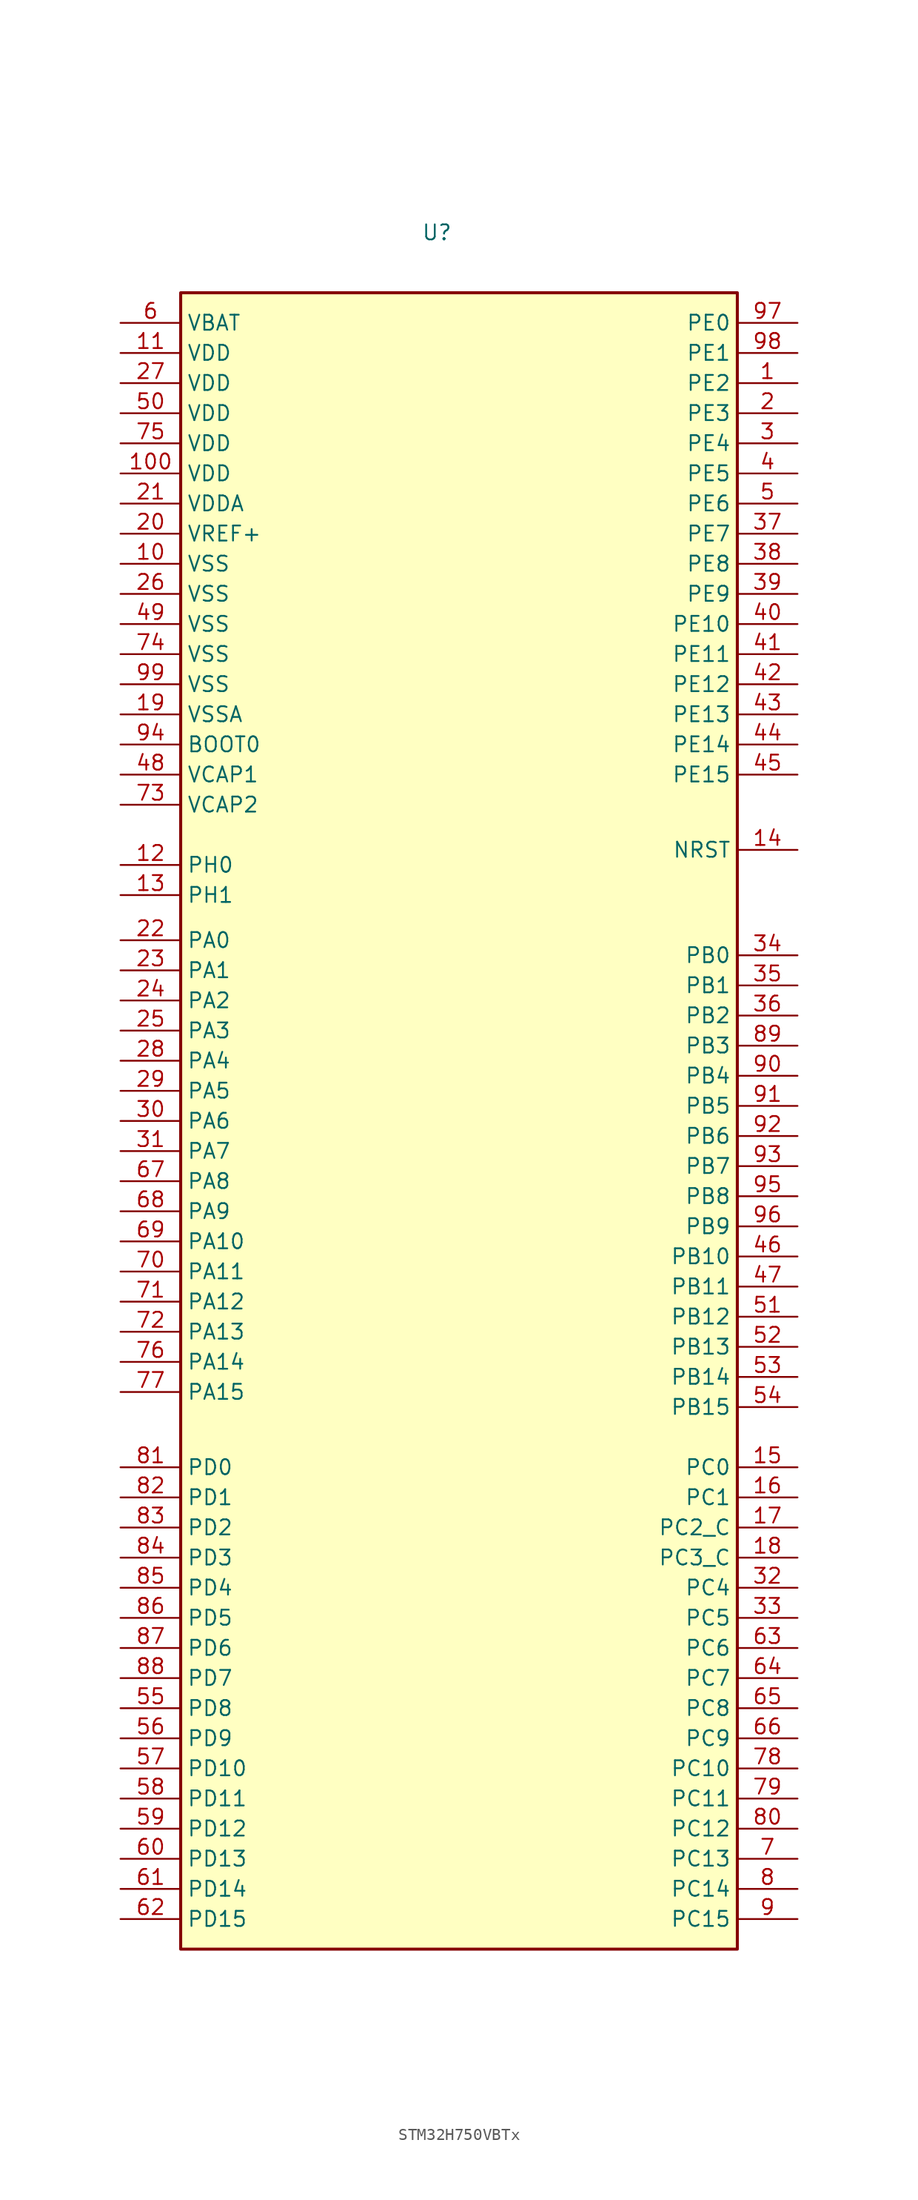
<source format=kicad_sym>
(kicad_symbol_lib
  (version 20211014)
  (generator kicad_symbol_editor)
  (symbol "STM32H750VBTx"
    (property "Reference" "U"
      (at -3.81 78.74 0)
      (effects (font (size 1.27 1.27)) (justify left)))
    (symbol "STM32H750VBTx_0_1"
      (rectangle (start -24.13 -66.04) (end 22.86 73.66) (stroke (width 0.254) (type default) (color 0 0 0 0)) (fill (type background))))
    (symbol "STM32H750VBTx_1_1"
      (pin bidirectional line (at 27.94 66.04 180) (length 5.08) (name "PE2" (effects (font (size 1.27 1.27)))) (number "1" (effects (font (size 1.27 1.27)))))
      (pin power_in line (at -29.21 50.8 0) (length 5.08) (name "VSS" (effects (font (size 1.27 1.27)))) (number "10" (effects (font (size 1.27 1.27)))))
      (pin power_in line (at -29.21 58.42 0) (length 5.08) (name "VDD" (effects (font (size 1.27 1.27)))) (number "100" (effects (font (size 1.27 1.27)))))
      (pin power_in line (at -29.21 68.58 0) (length 5.08) (name "VDD" (effects (font (size 1.27 1.27)))) (number "11" (effects (font (size 1.27 1.27)))))
      (pin input line (at -29.21 25.4 0) (length 5.08) (name "PH0" (effects (font (size 1.27 1.27)))) (number "12" (effects (font (size 1.27 1.27)))))
      (pin input line (at -29.21 22.86 0) (length 5.08) (name "PH1" (effects (font (size 1.27 1.27)))) (number "13" (effects (font (size 1.27 1.27)))))
      (pin input line (at 27.94 26.67 180) (length 5.08) (name "NRST" (effects (font (size 1.27 1.27)))) (number "14" (effects (font (size 1.27 1.27)))))
      (pin bidirectional line (at 27.94 -25.4 180) (length 5.08) (name "PC0" (effects (font (size 1.27 1.27)))) (number "15" (effects (font (size 1.27 1.27)))))
      (pin bidirectional line (at 27.94 -27.94 180) (length 5.08) (name "PC1" (effects (font (size 1.27 1.27)))) (number "16" (effects (font (size 1.27 1.27)))))
      (pin bidirectional line (at 27.94 -30.48 180) (length 5.08) (name "PC2_C" (effects (font (size 1.27 1.27)))) (number "17" (effects (font (size 1.27 1.27)))))
      (pin bidirectional line (at 27.94 -33.02 180) (length 5.08) (name "PC3_C" (effects (font (size 1.27 1.27)))) (number "18" (effects (font (size 1.27 1.27)))))
      (pin power_in line (at -29.21 38.1 0) (length 5.08) (name "VSSA" (effects (font (size 1.27 1.27)))) (number "19" (effects (font (size 1.27 1.27)))))
      (pin bidirectional line (at 27.94 63.5 180) (length 5.08) (name "PE3" (effects (font (size 1.27 1.27)))) (number "2" (effects (font (size 1.27 1.27)))))
      (pin power_in line (at -29.21 53.34 0) (length 5.08) (name "VREF+" (effects (font (size 1.27 1.27)))) (number "20" (effects (font (size 1.27 1.27)))))
      (pin power_in line (at -29.21 55.88 0) (length 5.08) (name "VDDA" (effects (font (size 1.27 1.27)))) (number "21" (effects (font (size 1.27 1.27)))))
      (pin bidirectional line (at -29.21 19.05 0) (length 5.08) (name "PA0" (effects (font (size 1.27 1.27)))) (number "22" (effects (font (size 1.27 1.27)))))
      (pin bidirectional line (at -29.21 16.51 0) (length 5.08) (name "PA1" (effects (font (size 1.27 1.27)))) (number "23" (effects (font (size 1.27 1.27)))))
      (pin bidirectional line (at -29.21 13.97 0) (length 5.08) (name "PA2" (effects (font (size 1.27 1.27)))) (number "24" (effects (font (size 1.27 1.27)))))
      (pin bidirectional line (at -29.21 11.43 0) (length 5.08) (name "PA3" (effects (font (size 1.27 1.27)))) (number "25" (effects (font (size 1.27 1.27)))))
      (pin power_in line (at -29.21 48.26 0) (length 5.08) (name "VSS" (effects (font (size 1.27 1.27)))) (number "26" (effects (font (size 1.27 1.27)))))
      (pin power_in line (at -29.21 66.04 0) (length 5.08) (name "VDD" (effects (font (size 1.27 1.27)))) (number "27" (effects (font (size 1.27 1.27)))))
      (pin bidirectional line (at -29.21 8.89 0) (length 5.08) (name "PA4" (effects (font (size 1.27 1.27)))) (number "28" (effects (font (size 1.27 1.27)))))
      (pin bidirectional line (at -29.21 6.35 0) (length 5.08) (name "PA5" (effects (font (size 1.27 1.27)))) (number "29" (effects (font (size 1.27 1.27)))))
      (pin bidirectional line (at 27.94 60.96 180) (length 5.08) (name "PE4" (effects (font (size 1.27 1.27)))) (number "3" (effects (font (size 1.27 1.27)))))
      (pin bidirectional line (at -29.21 3.81 0) (length 5.08) (name "PA6" (effects (font (size 1.27 1.27)))) (number "30" (effects (font (size 1.27 1.27)))))
      (pin bidirectional line (at -29.21 1.27 0) (length 5.08) (name "PA7" (effects (font (size 1.27 1.27)))) (number "31" (effects (font (size 1.27 1.27)))))
      (pin bidirectional line (at 27.94 -35.56 180) (length 5.08) (name "PC4" (effects (font (size 1.27 1.27)))) (number "32" (effects (font (size 1.27 1.27)))))
      (pin bidirectional line (at 27.94 -38.1 180) (length 5.08) (name "PC5" (effects (font (size 1.27 1.27)))) (number "33" (effects (font (size 1.27 1.27)))))
      (pin bidirectional line (at 27.94 17.78 180) (length 5.08) (name "PB0" (effects (font (size 1.27 1.27)))) (number "34" (effects (font (size 1.27 1.27)))))
      (pin bidirectional line (at 27.94 15.24 180) (length 5.08) (name "PB1" (effects (font (size 1.27 1.27)))) (number "35" (effects (font (size 1.27 1.27)))))
      (pin bidirectional line (at 27.94 12.7 180) (length 5.08) (name "PB2" (effects (font (size 1.27 1.27)))) (number "36" (effects (font (size 1.27 1.27)))))
      (pin bidirectional line (at 27.94 53.34 180) (length 5.08) (name "PE7" (effects (font (size 1.27 1.27)))) (number "37" (effects (font (size 1.27 1.27)))))
      (pin bidirectional line (at 27.94 50.8 180) (length 5.08) (name "PE8" (effects (font (size 1.27 1.27)))) (number "38" (effects (font (size 1.27 1.27)))))
      (pin bidirectional line (at 27.94 48.26 180) (length 5.08) (name "PE9" (effects (font (size 1.27 1.27)))) (number "39" (effects (font (size 1.27 1.27)))))
      (pin bidirectional line (at 27.94 58.42 180) (length 5.08) (name "PE5" (effects (font (size 1.27 1.27)))) (number "4" (effects (font (size 1.27 1.27)))))
      (pin bidirectional line (at 27.94 45.72 180) (length 5.08) (name "PE10" (effects (font (size 1.27 1.27)))) (number "40" (effects (font (size 1.27 1.27)))))
      (pin bidirectional line (at 27.94 43.18 180) (length 5.08) (name "PE11" (effects (font (size 1.27 1.27)))) (number "41" (effects (font (size 1.27 1.27)))))
      (pin bidirectional line (at 27.94 40.64 180) (length 5.08) (name "PE12" (effects (font (size 1.27 1.27)))) (number "42" (effects (font (size 1.27 1.27)))))
      (pin bidirectional line (at 27.94 38.1 180) (length 5.08) (name "PE13" (effects (font (size 1.27 1.27)))) (number "43" (effects (font (size 1.27 1.27)))))
      (pin bidirectional line (at 27.94 35.56 180) (length 5.08) (name "PE14" (effects (font (size 1.27 1.27)))) (number "44" (effects (font (size 1.27 1.27)))))
      (pin bidirectional line (at 27.94 33.02 180) (length 5.08) (name "PE15" (effects (font (size 1.27 1.27)))) (number "45" (effects (font (size 1.27 1.27)))))
      (pin bidirectional line (at 27.94 -7.62 180) (length 5.08) (name "PB10" (effects (font (size 1.27 1.27)))) (number "46" (effects (font (size 1.27 1.27)))))
      (pin bidirectional line (at 27.94 -10.16 180) (length 5.08) (name "PB11" (effects (font (size 1.27 1.27)))) (number "47" (effects (font (size 1.27 1.27)))))
      (pin passive line (at -29.21 33.02 0) (length 5.08) (name "VCAP1" (effects (font (size 1.27 1.27)))) (number "48" (effects (font (size 1.27 1.27)))))
      (pin power_in line (at -29.21 45.72 0) (length 5.08) (name "VSS" (effects (font (size 1.27 1.27)))) (number "49" (effects (font (size 1.27 1.27)))))
      (pin bidirectional line (at 27.94 55.88 180) (length 5.08) (name "PE6" (effects (font (size 1.27 1.27)))) (number "5" (effects (font (size 1.27 1.27)))))
      (pin power_in line (at -29.21 63.5 0) (length 5.08) (name "VDD" (effects (font (size 1.27 1.27)))) (number "50" (effects (font (size 1.27 1.27)))))
      (pin bidirectional line (at 27.94 -12.7 180) (length 5.08) (name "PB12" (effects (font (size 1.27 1.27)))) (number "51" (effects (font (size 1.27 1.27)))))
      (pin bidirectional line (at 27.94 -15.24 180) (length 5.08) (name "PB13" (effects (font (size 1.27 1.27)))) (number "52" (effects (font (size 1.27 1.27)))))
      (pin bidirectional line (at 27.94 -17.78 180) (length 5.08) (name "PB14" (effects (font (size 1.27 1.27)))) (number "53" (effects (font (size 1.27 1.27)))))
      (pin bidirectional line (at 27.94 -20.32 180) (length 5.08) (name "PB15" (effects (font (size 1.27 1.27)))) (number "54" (effects (font (size 1.27 1.27)))))
      (pin bidirectional line (at -29.21 -45.72 0) (length 5.08) (name "PD8" (effects (font (size 1.27 1.27)))) (number "55" (effects (font (size 1.27 1.27)))))
      (pin bidirectional line (at -29.21 -48.26 0) (length 5.08) (name "PD9" (effects (font (size 1.27 1.27)))) (number "56" (effects (font (size 1.27 1.27)))))
      (pin bidirectional line (at -29.21 -50.8 0) (length 5.08) (name "PD10" (effects (font (size 1.27 1.27)))) (number "57" (effects (font (size 1.27 1.27)))))
      (pin bidirectional line (at -29.21 -53.34 0) (length 5.08) (name "PD11" (effects (font (size 1.27 1.27)))) (number "58" (effects (font (size 1.27 1.27)))))
      (pin bidirectional line (at -29.21 -55.88 0) (length 5.08) (name "PD12" (effects (font (size 1.27 1.27)))) (number "59" (effects (font (size 1.27 1.27)))))
      (pin power_in line (at -29.21 71.12 0) (length 5.08) (name "VBAT" (effects (font (size 1.27 1.27)))) (number "6" (effects (font (size 1.27 1.27)))))
      (pin bidirectional line (at -29.21 -58.42 0) (length 5.08) (name "PD13" (effects (font (size 1.27 1.27)))) (number "60" (effects (font (size 1.27 1.27)))))
      (pin bidirectional line (at -29.21 -60.96 0) (length 5.08) (name "PD14" (effects (font (size 1.27 1.27)))) (number "61" (effects (font (size 1.27 1.27)))))
      (pin bidirectional line (at -29.21 -63.5 0) (length 5.08) (name "PD15" (effects (font (size 1.27 1.27)))) (number "62" (effects (font (size 1.27 1.27)))))
      (pin bidirectional line (at 27.94 -40.64 180) (length 5.08) (name "PC6" (effects (font (size 1.27 1.27)))) (number "63" (effects (font (size 1.27 1.27)))))
      (pin bidirectional line (at 27.94 -43.18 180) (length 5.08) (name "PC7" (effects (font (size 1.27 1.27)))) (number "64" (effects (font (size 1.27 1.27)))))
      (pin bidirectional line (at 27.94 -45.72 180) (length 5.08) (name "PC8" (effects (font (size 1.27 1.27)))) (number "65" (effects (font (size 1.27 1.27)))))
      (pin bidirectional line (at 27.94 -48.26 180) (length 5.08) (name "PC9" (effects (font (size 1.27 1.27)))) (number "66" (effects (font (size 1.27 1.27)))))
      (pin bidirectional line (at -29.21 -1.27 0) (length 5.08) (name "PA8" (effects (font (size 1.27 1.27)))) (number "67" (effects (font (size 1.27 1.27)))))
      (pin bidirectional line (at -29.21 -3.81 0) (length 5.08) (name "PA9" (effects (font (size 1.27 1.27)))) (number "68" (effects (font (size 1.27 1.27)))))
      (pin bidirectional line (at -29.21 -6.35 0) (length 5.08) (name "PA10" (effects (font (size 1.27 1.27)))) (number "69" (effects (font (size 1.27 1.27)))))
      (pin bidirectional line (at 27.94 -58.42 180) (length 5.08) (name "PC13" (effects (font (size 1.27 1.27)))) (number "7" (effects (font (size 1.27 1.27)))))
      (pin bidirectional line (at -29.21 -8.89 0) (length 5.08) (name "PA11" (effects (font (size 1.27 1.27)))) (number "70" (effects (font (size 1.27 1.27)))))
      (pin bidirectional line (at -29.21 -11.43 0) (length 5.08) (name "PA12" (effects (font (size 1.27 1.27)))) (number "71" (effects (font (size 1.27 1.27)))))
      (pin bidirectional line (at -29.21 -13.97 0) (length 5.08) (name "PA13" (effects (font (size 1.27 1.27)))) (number "72" (effects (font (size 1.27 1.27)))))
      (pin passive line (at -29.21 30.48 0) (length 5.08) (name "VCAP2" (effects (font (size 1.27 1.27)))) (number "73" (effects (font (size 1.27 1.27)))))
      (pin power_in line (at -29.21 43.18 0) (length 5.08) (name "VSS" (effects (font (size 1.27 1.27)))) (number "74" (effects (font (size 1.27 1.27)))))
      (pin power_in line (at -29.21 60.96 0) (length 5.08) (name "VDD" (effects (font (size 1.27 1.27)))) (number "75" (effects (font (size 1.27 1.27)))))
      (pin bidirectional line (at -29.21 -16.51 0) (length 5.08) (name "PA14" (effects (font (size 1.27 1.27)))) (number "76" (effects (font (size 1.27 1.27)))))
      (pin bidirectional line (at -29.21 -19.05 0) (length 5.08) (name "PA15" (effects (font (size 1.27 1.27)))) (number "77" (effects (font (size 1.27 1.27)))))
      (pin bidirectional line (at 27.94 -50.8 180) (length 5.08) (name "PC10" (effects (font (size 1.27 1.27)))) (number "78" (effects (font (size 1.27 1.27)))))
      (pin bidirectional line (at 27.94 -53.34 180) (length 5.08) (name "PC11" (effects (font (size 1.27 1.27)))) (number "79" (effects (font (size 1.27 1.27)))))
      (pin bidirectional line (at 27.94 -60.96 180) (length 5.08) (name "PC14" (effects (font (size 1.27 1.27)))) (number "8" (effects (font (size 1.27 1.27)))))
      (pin bidirectional line (at 27.94 -55.88 180) (length 5.08) (name "PC12" (effects (font (size 1.27 1.27)))) (number "80" (effects (font (size 1.27 1.27)))))
      (pin bidirectional line (at -29.21 -25.4 0) (length 5.08) (name "PD0" (effects (font (size 1.27 1.27)))) (number "81" (effects (font (size 1.27 1.27)))))
      (pin bidirectional line (at -29.21 -27.94 0) (length 5.08) (name "PD1" (effects (font (size 1.27 1.27)))) (number "82" (effects (font (size 1.27 1.27)))))
      (pin bidirectional line (at -29.21 -30.48 0) (length 5.08) (name "PD2" (effects (font (size 1.27 1.27)))) (number "83" (effects (font (size 1.27 1.27)))))
      (pin bidirectional line (at -29.21 -33.02 0) (length 5.08) (name "PD3" (effects (font (size 1.27 1.27)))) (number "84" (effects (font (size 1.27 1.27)))))
      (pin bidirectional line (at -29.21 -35.56 0) (length 5.08) (name "PD4" (effects (font (size 1.27 1.27)))) (number "85" (effects (font (size 1.27 1.27)))))
      (pin bidirectional line (at -29.21 -38.1 0) (length 5.08) (name "PD5" (effects (font (size 1.27 1.27)))) (number "86" (effects (font (size 1.27 1.27)))))
      (pin bidirectional line (at -29.21 -40.64 0) (length 5.08) (name "PD6" (effects (font (size 1.27 1.27)))) (number "87" (effects (font (size 1.27 1.27)))))
      (pin bidirectional line (at -29.21 -43.18 0) (length 5.08) (name "PD7" (effects (font (size 1.27 1.27)))) (number "88" (effects (font (size 1.27 1.27)))))
      (pin bidirectional line (at 27.94 10.16 180) (length 5.08) (name "PB3" (effects (font (size 1.27 1.27)))) (number "89" (effects (font (size 1.27 1.27)))))
      (pin bidirectional line (at 27.94 -63.5 180) (length 5.08) (name "PC15" (effects (font (size 1.27 1.27)))) (number "9" (effects (font (size 1.27 1.27)))))
      (pin bidirectional line (at 27.94 7.62 180) (length 5.08) (name "PB4" (effects (font (size 1.27 1.27)))) (number "90" (effects (font (size 1.27 1.27)))))
      (pin bidirectional line (at 27.94 5.08 180) (length 5.08) (name "PB5" (effects (font (size 1.27 1.27)))) (number "91" (effects (font (size 1.27 1.27)))))
      (pin bidirectional line (at 27.94 2.54 180) (length 5.08) (name "PB6" (effects (font (size 1.27 1.27)))) (number "92" (effects (font (size 1.27 1.27)))))
      (pin bidirectional line (at 27.94 0 180) (length 5.08) (name "PB7" (effects (font (size 1.27 1.27)))) (number "93" (effects (font (size 1.27 1.27)))))
      (pin input line (at -29.21 35.56 0) (length 5.08) (name "BOOT0" (effects (font (size 1.27 1.27)))) (number "94" (effects (font (size 1.27 1.27)))))
      (pin bidirectional line (at 27.94 -2.54 180) (length 5.08) (name "PB8" (effects (font (size 1.27 1.27)))) (number "95" (effects (font (size 1.27 1.27)))))
      (pin bidirectional line (at 27.94 -5.08 180) (length 5.08) (name "PB9" (effects (font (size 1.27 1.27)))) (number "96" (effects (font (size 1.27 1.27)))))
      (pin bidirectional line (at 27.94 71.12 180) (length 5.08) (name "PE0" (effects (font (size 1.27 1.27)))) (number "97" (effects (font (size 1.27 1.27)))))
      (pin bidirectional line (at 27.94 68.58 180) (length 5.08) (name "PE1" (effects (font (size 1.27 1.27)))) (number "98" (effects (font (size 1.27 1.27)))))
      (pin power_in line (at -29.21 40.64 0) (length 5.08) (name "VSS" (effects (font (size 1.27 1.27)))) (number "99" (effects (font (size 1.27 1.27))))))))
</source>
